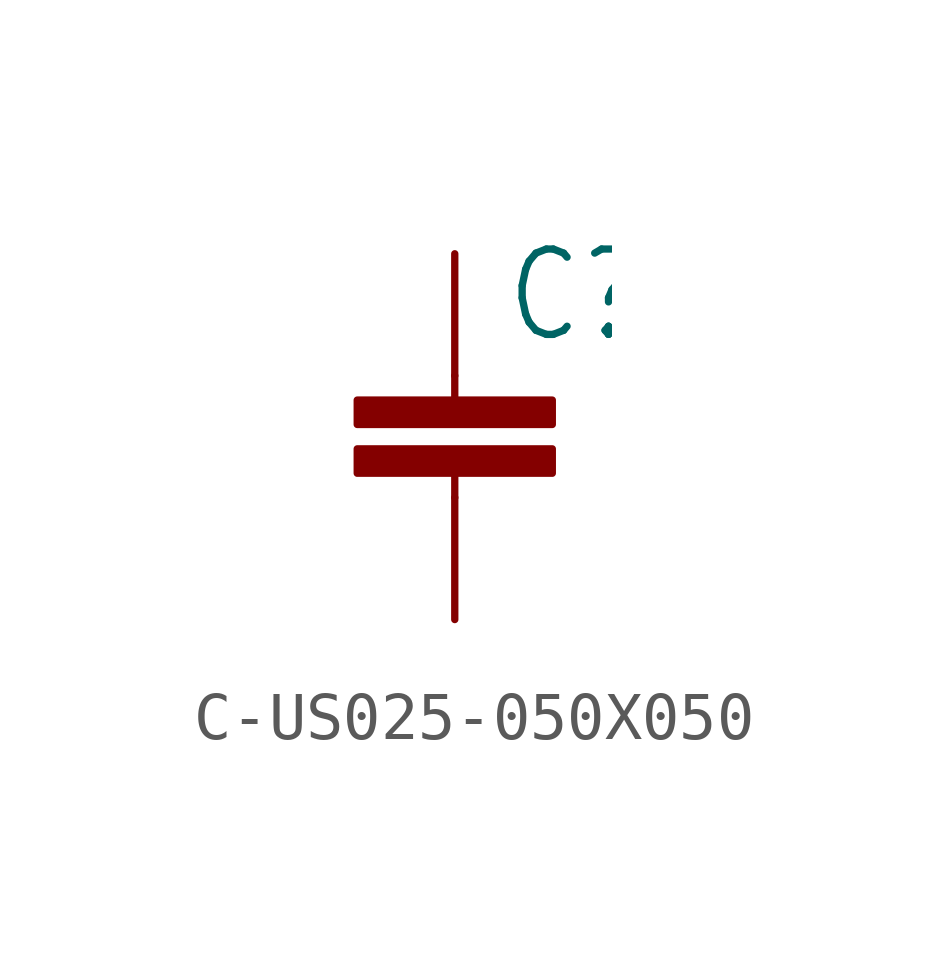
<source format=kicad_sym>
(kicad_symbol_lib
  (version 20231120)
  (generator "kicad_symbol_editor")
  (generator_version "8.99")
  (symbol "C-US025-050X050"
    (property "Reference" "C"
      (at 1.016 0.635 0)
      (effects (font (size 1.778 1.511)) (justify left bottom)))
    (property "Value" ""
      (at 1.016 -4.191 0)
      (effects (font (size 1.778 1.511)) (justify left bottom)))
    (property "ki_locked" ""
      (at 0 0 0)
      (effects (font (size 1.27 1.27))))
    (symbol "C-US025-050X050_1_0"
      (rectangle (start -2.032 -2.032) (end 2.032 -1.524) (stroke (width 0) (type default)) (fill (type outline)))
      (rectangle (start -2.032 -1.016) (end 2.032 -0.508) (stroke (width 0) (type default)) (fill (type outline)))
      (polyline (pts (xy 0 -2.54) (xy 0 -2.032)) (stroke (width 0.152) (type solid)) (fill (type none)))
      (polyline (pts (xy 0 0) (xy 0 -0.508)) (stroke (width 0.152) (type solid)) (fill (type none)))
      (pin passive line (at 0 2.54 270) (length 2.54) (name "1" (effects (font (size 0 0)))) (number "1" (effects (font (size 0 0)))))
      (pin passive line (at 0 -5.08 90) (length 2.54) (name "2" (effects (font (size 0 0)))) (number "2" (effects (font (size 0 0))))))))
</source>
